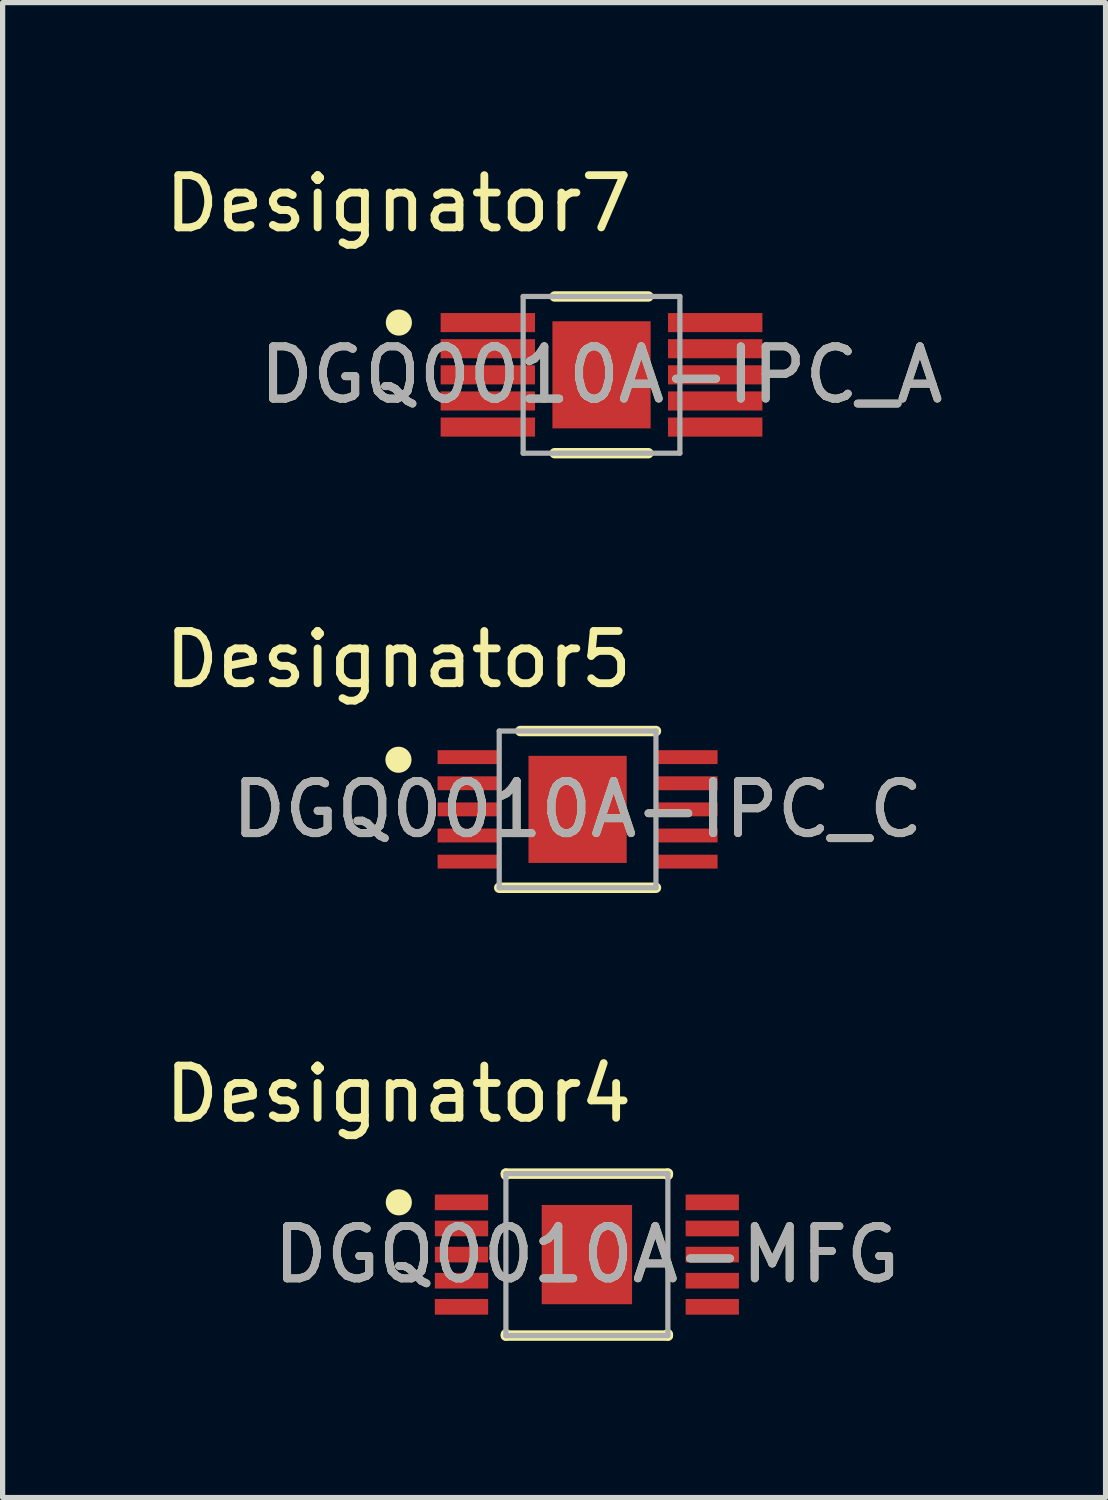
<source format=kicad_pcb>
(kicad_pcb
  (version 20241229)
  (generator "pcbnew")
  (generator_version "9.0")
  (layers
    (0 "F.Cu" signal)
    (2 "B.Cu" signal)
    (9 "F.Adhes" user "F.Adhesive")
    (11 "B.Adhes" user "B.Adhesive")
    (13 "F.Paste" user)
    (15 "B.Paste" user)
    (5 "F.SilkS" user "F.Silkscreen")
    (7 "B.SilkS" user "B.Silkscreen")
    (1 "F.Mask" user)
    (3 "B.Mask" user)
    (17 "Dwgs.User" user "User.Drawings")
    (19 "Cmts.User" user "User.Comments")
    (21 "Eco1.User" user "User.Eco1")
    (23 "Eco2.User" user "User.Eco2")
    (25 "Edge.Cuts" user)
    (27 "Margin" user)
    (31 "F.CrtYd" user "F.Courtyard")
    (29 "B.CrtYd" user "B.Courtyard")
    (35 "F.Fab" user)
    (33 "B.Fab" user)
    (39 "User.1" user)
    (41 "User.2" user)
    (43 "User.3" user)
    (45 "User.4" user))
  (footprint "DGQ0010A-IPC_C"
    (layer "F.Cu")
    (at 8.006 12.443)
    (property "Reference" "DGQ0010A-IPC_C" (at 0 0 0) (unlocked yes) (layer "F.SilkS") (effects (font (size 1 1) (thickness 0.15))))
    (attr smd)
    (fp_line (start -1.5 1.5) (end 1.5 1.5) (stroke (width 0.2) (type solid)) (layer "F.SilkS"))
    (fp_line (start -1.097 -1.5) (end 1.5 -1.5) (stroke (width 0.2) (type solid)) (layer "F.SilkS"))
    (fp_circle (center -3.429 -0.95) (end -3.304 -0.95) (stroke (width 0.25) (type solid)) (fill no) (layer "F.SilkS"))
    (fp_poly (pts (xy -0.58 0.665) (xy 0.58 0.665) (xy 0.58 -0.665) (xy -0.58 -0.665)) (stroke (width 0) (type solid)) (fill yes) (layer "F.Paste"))
    (fp_line (start -1.5 -1.5) (end 1.5 -1.5) (stroke (width 0.1) (type solid)) (layer "F.Fab"))
    (fp_line (start -1.5 1.5) (end -1.5 -1.5) (stroke (width 0.1) (type solid)) (layer "F.Fab"))
    (fp_line (start -1.5 1.5) (end 1.5 1.5) (stroke (width 0.1) (type solid)) (layer "F.Fab"))
    (fp_line (start 1.5 1.5) (end 1.5 -1.5) (stroke (width 0.1) (type solid)) (layer "F.Fab"))
    (fp_text user "Designator5" (at -3.429 -2.87 0) (unlocked yes) (layer "F.SilkS") (effects (font (size 1 1) (thickness 0.15))))
    (fp_text user "${REFERENCE}" (at 0 0 0) (unlocked yes) (layer "F.Fab") (effects (font (size 1 1) (thickness 0.15))))
    (pad "1" smd rect (at -2.076 -1) (size 1.207 0.266) (layers "F.Cu" "F.Mask" "F.Paste"))
    (pad "2" smd rect (at -2.076 -0.5) (size 1.207 0.266) (layers "F.Cu" "F.Mask" "F.Paste"))
    (pad "3" smd rect (at -2.076 0) (size 1.207 0.266) (layers "F.Cu" "F.Mask" "F.Paste"))
    (pad "4" smd rect (at -2.076 0.5) (size 1.207 0.266) (layers "F.Cu" "F.Mask" "F.Paste"))
    (pad "5" smd rect (at -2.076 1) (size 1.207 0.266) (layers "F.Cu" "F.Mask" "F.Paste"))
    (pad "6" smd rect (at 2.076 1) (size 1.207 0.266) (layers "F.Cu" "F.Mask" "F.Paste"))
    (pad "7" smd rect (at 2.076 0.5) (size 1.207 0.266) (layers "F.Cu" "F.Mask" "F.Paste"))
    (pad "8" smd rect (at 2.076 0) (size 1.207 0.266) (layers "F.Cu" "F.Mask" "F.Paste"))
    (pad "9" smd rect (at 2.076 -0.5) (size 1.207 0.266) (layers "F.Cu" "F.Mask" "F.Paste"))
    (pad "10" smd rect (at 2.076 -1) (size 1.207 0.266) (layers "F.Cu" "F.Mask" "F.Paste"))
    (pad "11" smd rect (at 0 0) (size 1.88 2.05) (layers "F.Cu" "F.Mask")))
  (footprint "DGQ0010A-IPC_A"
    (layer "F.Cu")
    (at 8.464 4.125)
    (property "Reference" "DGQ0010A-IPC_A" (at 0 0 0) (unlocked yes) (layer "F.SilkS") (effects (font (size 1 1) (thickness 0.15))))
    (attr smd)
    (fp_line (start -0.897 -1.5) (end 0.897 -1.5) (stroke (width 0.2) (type solid)) (layer "F.SilkS"))
    (fp_line (start -0.897 1.5) (end 0.897 1.5) (stroke (width 0.2) (type solid)) (layer "F.SilkS"))
    (fp_circle (center -3.879 -1) (end -3.754 -1) (stroke (width 0.25) (type solid)) (fill no) (layer "F.SilkS"))
    (fp_poly (pts (xy -0.58 0.665) (xy 0.58 0.665) (xy 0.58 -0.665) (xy -0.58 -0.665)) (stroke (width 0) (type solid)) (fill yes) (layer "F.Paste"))
    (fp_line (start -1.5 -1.5) (end 1.5 -1.5) (stroke (width 0.1) (type solid)) (layer "F.Fab"))
    (fp_line (start -1.5 1.5) (end -1.5 -1.5) (stroke (width 0.1) (type solid)) (layer "F.Fab"))
    (fp_line (start -1.5 1.5) (end 1.5 1.5) (stroke (width 0.1) (type solid)) (layer "F.Fab"))
    (fp_line (start 1.5 1.5) (end 1.5 -1.5) (stroke (width 0.1) (type solid)) (layer "F.Fab"))
    (fp_text user "Designator7" (at -3.886 -3.277 0) (unlocked yes) (layer "F.SilkS") (effects (font (size 1 1) (thickness 0.15))))
    (fp_text user "${REFERENCE}" (at 0 0 0) (unlocked yes) (layer "F.Fab") (effects (font (size 1 1) (thickness 0.15))))
    (pad "1" smd rect (at -2.176 -1) (size 1.807 0.366) (layers "F.Cu" "F.Mask" "F.Paste"))
    (pad "2" smd rect (at -2.176 -0.5) (size 1.807 0.366) (layers "F.Cu" "F.Mask" "F.Paste"))
    (pad "3" smd rect (at -2.176 0) (size 1.807 0.366) (layers "F.Cu" "F.Mask" "F.Paste"))
    (pad "4" smd rect (at -2.176 0.5) (size 1.807 0.366) (layers "F.Cu" "F.Mask" "F.Paste"))
    (pad "5" smd rect (at -2.176 1) (size 1.807 0.366) (layers "F.Cu" "F.Mask" "F.Paste"))
    (pad "6" smd rect (at 2.176 1) (size 1.807 0.366) (layers "F.Cu" "F.Mask" "F.Paste"))
    (pad "7" smd rect (at 2.176 0.5) (size 1.807 0.366) (layers "F.Cu" "F.Mask" "F.Paste"))
    (pad "8" smd rect (at 2.176 0) (size 1.807 0.366) (layers "F.Cu" "F.Mask" "F.Paste"))
    (pad "9" smd rect (at 2.176 -0.5) (size 1.807 0.366) (layers "F.Cu" "F.Mask" "F.Paste"))
    (pad "10" smd rect (at 2.176 -1) (size 1.807 0.366) (layers "F.Cu" "F.Mask" "F.Paste"))
    (pad "11" smd rect (at 0 0) (size 1.88 2.05) (layers "F.Cu" "F.Mask")))
  (footprint "DGQ0010A-MFG"
    (layer "F.Cu")
    (at 8.184 20.965)
    (property "Reference" "DGQ0010A-MFG" (at 0 0 0) (unlocked yes) (layer "F.SilkS") (effects (font (size 1 1) (thickness 0.15))))
    (attr smd)
    (fp_line (start -1.55 -1.55) (end 1.55 -1.55) (stroke (width 0.2) (type solid)) (layer "F.SilkS"))
    (fp_line (start -1.55 -1.525) (end -1.55 -1.55) (stroke (width 0.2) (type solid)) (layer "F.SilkS"))
    (fp_line (start -1.55 1.55) (end -1.55 1.525) (stroke (width 0.2) (type solid)) (layer "F.SilkS"))
    (fp_line (start -1.55 1.55) (end 1.55 1.55) (stroke (width 0.2) (type solid)) (layer "F.SilkS"))
    (fp_line (start 1.55 -1.525) (end 1.55 -1.55) (stroke (width 0.2) (type solid)) (layer "F.SilkS"))
    (fp_line (start 1.55 1.55) (end 1.55 1.525) (stroke (width 0.2) (type solid)) (layer "F.SilkS"))
    (fp_circle (center -3.6 -1) (end -3.475 -1) (stroke (width 0.25) (type solid)) (fill no) (layer "F.SilkS"))
    (fp_line (start -1.55 -1.55) (end 1.55 -1.55) (stroke (width 0.1) (type solid)) (layer "F.Fab"))
    (fp_line (start -1.55 1.55) (end -1.55 -1.55) (stroke (width 0.1) (type solid)) (layer "F.Fab"))
    (fp_line (start -1.55 1.55) (end 1.55 1.55) (stroke (width 0.1) (type solid)) (layer "F.Fab"))
    (fp_line (start 1.55 1.55) (end 1.55 -1.55) (stroke (width 0.1) (type solid)) (layer "F.Fab"))
    (fp_text user "Designator4" (at -3.607 -3.073 0) (unlocked yes) (layer "F.SilkS") (effects (font (size 1 1) (thickness 0.15))))
    (fp_text user "${REFERENCE}" (at 0 0 0) (unlocked yes) (layer "F.Fab") (effects (font (size 1 1) (thickness 0.15))))
    (pad "1" smd rect (at -2.4 -1) (size 1.02 0.3) (layers "F.Cu" "F.Mask" "F.Paste"))
    (pad "2" smd rect (at -2.4 -0.5) (size 1.02 0.3) (layers "F.Cu" "F.Mask" "F.Paste"))
    (pad "3" smd rect (at -2.4 0) (size 1.02 0.3) (layers "F.Cu" "F.Mask" "F.Paste"))
    (pad "4" smd rect (at -2.4 0.5) (size 1.02 0.3) (layers "F.Cu" "F.Mask" "F.Paste"))
    (pad "5" smd rect (at -2.4 1) (size 1.02 0.3) (layers "F.Cu" "F.Mask" "F.Paste"))
    (pad "6" smd rect (at 2.4 1) (size 1.02 0.3) (layers "F.Cu" "F.Mask" "F.Paste"))
    (pad "7" smd rect (at 2.4 0.5) (size 1.02 0.3) (layers "F.Cu" "F.Mask" "F.Paste"))
    (pad "8" smd rect (at 2.4 0) (size 1.02 0.3) (layers "F.Cu" "F.Mask" "F.Paste"))
    (pad "9" smd rect (at 2.4 -0.5) (size 1.02 0.3) (layers "F.Cu" "F.Mask" "F.Paste"))
    (pad "10" smd rect (at 2.4 -1) (size 1.02 0.3) (layers "F.Cu" "F.Mask" "F.Paste"))
    (pad "11" smd rect (at 0 0) (size 1.73 1.9) (layers "F.Cu" "F.Mask" "F.Paste")))
  (gr_rect
    (start -3 -3)
    (end 18.112 25.615)
    (stroke (width 0.1) (type default))
    (fill no)
    (layer "Edge.Cuts")))
</source>
